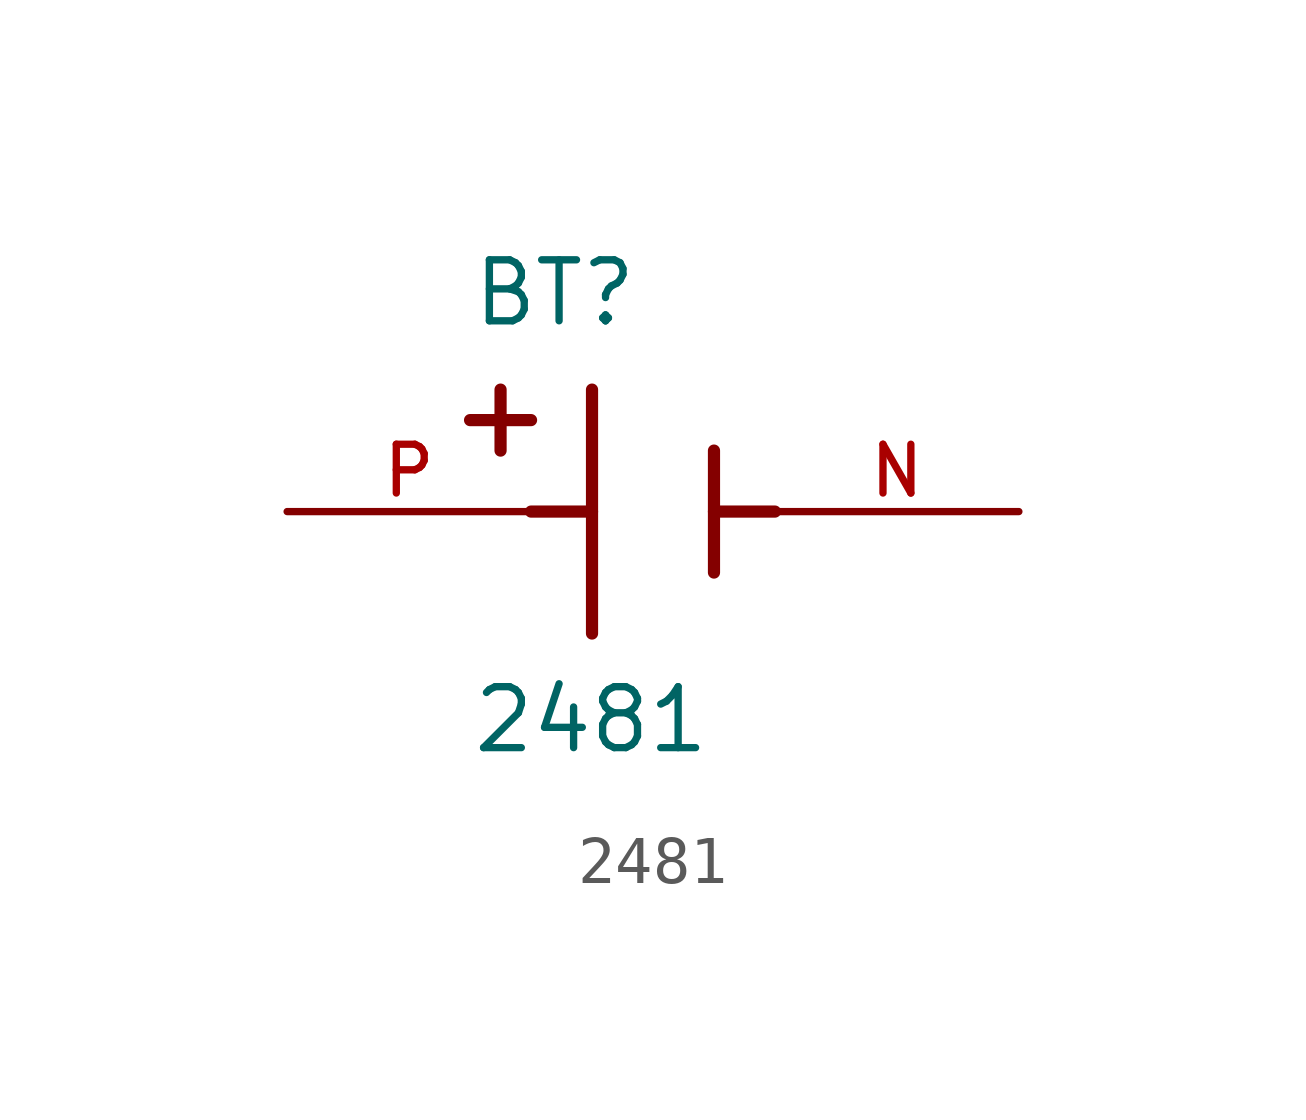
<source format=kicad_sym>
(kicad_symbol_lib
  (version 20211014)
  (generator kicad_symbol_editor)
  (symbol "2481"
    (pin_names
      (offset 1.016))
    (property "Reference" "BT"
      (at -3.81 3.81 0)
      (effects (font (size 1.27 1.27)) (justify bottom left)))
    (property "Value" "2481"
      (at -3.81 -5.08 0)
      (effects (font (size 1.27 1.27)) (justify bottom left)))
    (symbol "2481_0_0"
      (polyline (pts (xy -1.27 2.54) (xy -1.27 -2.54)) (stroke (width 0.254)))
      (polyline (pts (xy 1.27 1.27) (xy 1.27 -1.27)) (stroke (width 0.254)))
      (polyline (pts (xy -1.27 0.0) (xy -2.54 0.0)) (stroke (width 0.254)))
      (polyline (pts (xy 1.27 0.0) (xy 2.54 0.0)) (stroke (width 0.254)))
      (polyline (pts (xy -3.175 2.54) (xy -3.175 1.27)) (stroke (width 0.254)))
      (polyline (pts (xy -3.81 1.905) (xy -2.54 1.905)) (stroke (width 0.254)))
      (pin passive line (at -7.62 0.0 0) (length 5.08) (name "~" (effects (font (size 1.016 1.016)))) (number "P" (effects (font (size 1.016 1.016)))))
      (pin passive line (at 7.62 0.0 180.0) (length 5.08) (name "~" (effects (font (size 1.016 1.016)))) (number "N" (effects (font (size 1.016 1.016))))))))
</source>
